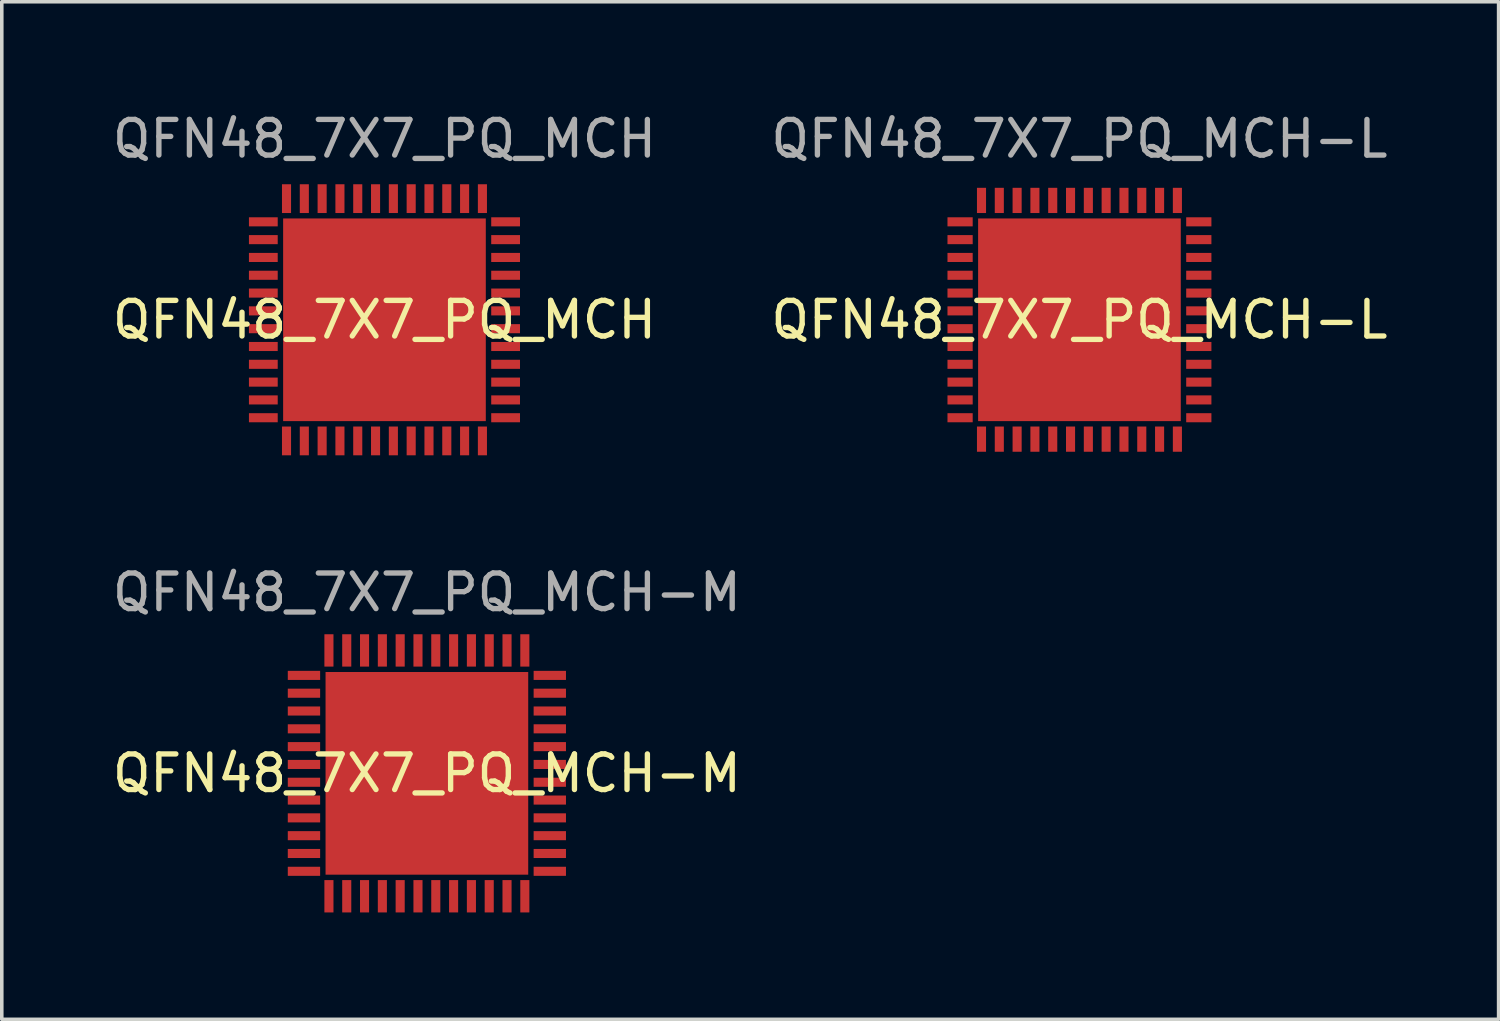
<source format=kicad_pcb>
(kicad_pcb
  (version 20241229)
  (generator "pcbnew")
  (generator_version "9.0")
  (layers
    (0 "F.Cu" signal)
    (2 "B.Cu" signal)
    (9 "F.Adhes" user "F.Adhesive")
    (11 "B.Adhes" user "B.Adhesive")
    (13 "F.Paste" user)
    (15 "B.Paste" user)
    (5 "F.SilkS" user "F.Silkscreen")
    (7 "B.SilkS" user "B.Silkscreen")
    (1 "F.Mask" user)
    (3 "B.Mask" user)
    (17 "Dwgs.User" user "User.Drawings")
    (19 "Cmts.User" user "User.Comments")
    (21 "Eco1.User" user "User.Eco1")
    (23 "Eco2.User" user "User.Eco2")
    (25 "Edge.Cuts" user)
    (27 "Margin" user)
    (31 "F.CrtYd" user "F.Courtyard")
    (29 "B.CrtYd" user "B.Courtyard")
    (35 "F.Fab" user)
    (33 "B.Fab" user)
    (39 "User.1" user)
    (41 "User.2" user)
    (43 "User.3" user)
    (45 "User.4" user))
  (footprint "QFN48_7X7_PQ_MCH-L"
    (layer "F.Cu")
    (at 27.256 5.928)
    (property "Reference" "QFN48_7X7_PQ_MCH-L" (at 0 0 0) (unlocked yes) (layer "F.SilkS") (effects (font (size 1 1) (thickness 0.15))))
    (attr smd)
    (fp_text user "${REFERENCE}" (at 0 -5.08 0) (unlocked yes) (layer "F.Fab") (effects (font (size 1 1) (thickness 0.15))))
    (pad "1" smd rect (at -3.351 -2.75 90) (size 0.255 0.708) (layers "F.Cu" "F.Mask" "F.Paste"))
    (pad "2" smd rect (at -3.351 -2.25 90) (size 0.255 0.708) (layers "F.Cu" "F.Mask" "F.Paste"))
    (pad "3" smd rect (at -3.351 -1.75 90) (size 0.255 0.708) (layers "F.Cu" "F.Mask" "F.Paste"))
    (pad "4" smd rect (at -3.351 -1.25 90) (size 0.255 0.708) (layers "F.Cu" "F.Mask" "F.Paste"))
    (pad "5" smd rect (at -3.351 -0.75 90) (size 0.255 0.708) (layers "F.Cu" "F.Mask" "F.Paste"))
    (pad "6" smd rect (at -3.351 -0.25 90) (size 0.255 0.708) (layers "F.Cu" "F.Mask" "F.Paste"))
    (pad "7" smd rect (at -3.351 0.25 90) (size 0.255 0.708) (layers "F.Cu" "F.Mask" "F.Paste"))
    (pad "8" smd rect (at -3.351 0.75 90) (size 0.255 0.708) (layers "F.Cu" "F.Mask" "F.Paste"))
    (pad "9" smd rect (at -3.351 1.25 90) (size 0.255 0.708) (layers "F.Cu" "F.Mask" "F.Paste"))
    (pad "10" smd rect (at -3.351 1.75 90) (size 0.255 0.708) (layers "F.Cu" "F.Mask" "F.Paste"))
    (pad "11" smd rect (at -3.351 2.25 90) (size 0.255 0.708) (layers "F.Cu" "F.Mask" "F.Paste"))
    (pad "12" smd rect (at -3.351 2.75 90) (size 0.255 0.708) (layers "F.Cu" "F.Mask" "F.Paste"))
    (pad "13" smd rect (at -2.75 3.351) (size 0.255 0.708) (layers "F.Cu" "F.Mask" "F.Paste"))
    (pad "14" smd rect (at -2.25 3.351) (size 0.255 0.708) (layers "F.Cu" "F.Mask" "F.Paste"))
    (pad "15" smd rect (at -1.75 3.351) (size 0.255 0.708) (layers "F.Cu" "F.Mask" "F.Paste"))
    (pad "16" smd rect (at -1.25 3.351) (size 0.255 0.708) (layers "F.Cu" "F.Mask" "F.Paste"))
    (pad "17" smd rect (at -0.75 3.351) (size 0.255 0.708) (layers "F.Cu" "F.Mask" "F.Paste"))
    (pad "18" smd rect (at -0.25 3.351) (size 0.255 0.708) (layers "F.Cu" "F.Mask" "F.Paste"))
    (pad "19" smd rect (at 0.25 3.351) (size 0.255 0.708) (layers "F.Cu" "F.Mask" "F.Paste"))
    (pad "20" smd rect (at 0.75 3.351) (size 0.255 0.708) (layers "F.Cu" "F.Mask" "F.Paste"))
    (pad "21" smd rect (at 1.25 3.351) (size 0.255 0.708) (layers "F.Cu" "F.Mask" "F.Paste"))
    (pad "22" smd rect (at 1.75 3.351) (size 0.255 0.708) (layers "F.Cu" "F.Mask" "F.Paste"))
    (pad "23" smd rect (at 2.25 3.351) (size 0.255 0.708) (layers "F.Cu" "F.Mask" "F.Paste"))
    (pad "24" smd rect (at 2.75 3.351) (size 0.255 0.708) (layers "F.Cu" "F.Mask" "F.Paste"))
    (pad "25" smd rect (at 3.351 2.75 90) (size 0.255 0.708) (layers "F.Cu" "F.Mask" "F.Paste"))
    (pad "26" smd rect (at 3.351 2.25 90) (size 0.255 0.708) (layers "F.Cu" "F.Mask" "F.Paste"))
    (pad "27" smd rect (at 3.351 1.75 90) (size 0.255 0.708) (layers "F.Cu" "F.Mask" "F.Paste"))
    (pad "28" smd rect (at 3.351 1.25 90) (size 0.255 0.708) (layers "F.Cu" "F.Mask" "F.Paste"))
    (pad "29" smd rect (at 3.351 0.75 90) (size 0.255 0.708) (layers "F.Cu" "F.Mask" "F.Paste"))
    (pad "30" smd rect (at 3.351 0.25 90) (size 0.255 0.708) (layers "F.Cu" "F.Mask" "F.Paste"))
    (pad "31" smd rect (at 3.351 -0.25 90) (size 0.255 0.708) (layers "F.Cu" "F.Mask" "F.Paste"))
    (pad "32" smd rect (at 3.351 -0.75 90) (size 0.255 0.708) (layers "F.Cu" "F.Mask" "F.Paste"))
    (pad "33" smd rect (at 3.351 -1.25 90) (size 0.255 0.708) (layers "F.Cu" "F.Mask" "F.Paste"))
    (pad "34" smd rect (at 3.351 -1.75 90) (size 0.255 0.708) (layers "F.Cu" "F.Mask" "F.Paste"))
    (pad "35" smd rect (at 3.351 -2.25 90) (size 0.255 0.708) (layers "F.Cu" "F.Mask" "F.Paste"))
    (pad "36" smd rect (at 3.351 -2.75 90) (size 0.255 0.708) (layers "F.Cu" "F.Mask" "F.Paste"))
    (pad "37" smd rect (at 2.75 -3.351) (size 0.255 0.708) (layers "F.Cu" "F.Mask" "F.Paste"))
    (pad "38" smd rect (at 2.25 -3.351) (size 0.255 0.708) (layers "F.Cu" "F.Mask" "F.Paste"))
    (pad "39" smd rect (at 1.75 -3.351) (size 0.255 0.708) (layers "F.Cu" "F.Mask" "F.Paste"))
    (pad "40" smd rect (at 1.25 -3.351) (size 0.255 0.708) (layers "F.Cu" "F.Mask" "F.Paste"))
    (pad "41" smd rect (at 0.75 -3.351) (size 0.255 0.708) (layers "F.Cu" "F.Mask" "F.Paste"))
    (pad "42" smd rect (at 0.25 -3.351) (size 0.255 0.708) (layers "F.Cu" "F.Mask" "F.Paste"))
    (pad "43" smd rect (at -0.25 -3.351) (size 0.255 0.708) (layers "F.Cu" "F.Mask" "F.Paste"))
    (pad "44" smd rect (at -0.75 -3.351) (size 0.255 0.708) (layers "F.Cu" "F.Mask" "F.Paste"))
    (pad "45" smd rect (at -1.25 -3.351) (size 0.255 0.708) (layers "F.Cu" "F.Mask" "F.Paste"))
    (pad "46" smd rect (at -1.75 -3.351) (size 0.255 0.708) (layers "F.Cu" "F.Mask" "F.Paste"))
    (pad "47" smd rect (at -2.25 -3.351) (size 0.255 0.708) (layers "F.Cu" "F.Mask" "F.Paste"))
    (pad "48" smd rect (at -2.75 -3.351) (size 0.255 0.708) (layers "F.Cu" "F.Mask" "F.Paste"))
    (pad "49" smd rect (at 0 0) (size 5.69 5.69) (layers "F.Cu" "F.Mask" "F.Paste")))
  (footprint "QFN48_7X7_PQ_MCH"
    (layer "F.Cu")
    (at 7.744 5.928)
    (property "Reference" "QFN48_7X7_PQ_MCH" (at 0 0 0) (unlocked yes) (layer "F.SilkS") (effects (font (size 1 1) (thickness 0.15))))
    (attr smd)
    (fp_text user "${REFERENCE}" (at 0 -5.08 0) (unlocked yes) (layer "F.Fab") (effects (font (size 1 1) (thickness 0.15))))
    (pad "1" smd rect (at -3.401 -2.75 90) (size 0.255 0.808) (layers "F.Cu" "F.Mask" "F.Paste"))
    (pad "2" smd rect (at -3.401 -2.25 90) (size 0.255 0.808) (layers "F.Cu" "F.Mask" "F.Paste"))
    (pad "3" smd rect (at -3.401 -1.75 90) (size 0.255 0.808) (layers "F.Cu" "F.Mask" "F.Paste"))
    (pad "4" smd rect (at -3.401 -1.25 90) (size 0.255 0.808) (layers "F.Cu" "F.Mask" "F.Paste"))
    (pad "5" smd rect (at -3.401 -0.75 90) (size 0.255 0.808) (layers "F.Cu" "F.Mask" "F.Paste"))
    (pad "6" smd rect (at -3.401 -0.25 90) (size 0.255 0.808) (layers "F.Cu" "F.Mask" "F.Paste"))
    (pad "7" smd rect (at -3.401 0.25 90) (size 0.255 0.808) (layers "F.Cu" "F.Mask" "F.Paste"))
    (pad "8" smd rect (at -3.401 0.75 90) (size 0.255 0.808) (layers "F.Cu" "F.Mask" "F.Paste"))
    (pad "9" smd rect (at -3.401 1.25 90) (size 0.255 0.808) (layers "F.Cu" "F.Mask" "F.Paste"))
    (pad "10" smd rect (at -3.401 1.75 90) (size 0.255 0.808) (layers "F.Cu" "F.Mask" "F.Paste"))
    (pad "11" smd rect (at -3.401 2.25 90) (size 0.255 0.808) (layers "F.Cu" "F.Mask" "F.Paste"))
    (pad "12" smd rect (at -3.401 2.75 90) (size 0.255 0.808) (layers "F.Cu" "F.Mask" "F.Paste"))
    (pad "13" smd rect (at -2.75 3.401) (size 0.255 0.808) (layers "F.Cu" "F.Mask" "F.Paste"))
    (pad "14" smd rect (at -2.25 3.401) (size 0.255 0.808) (layers "F.Cu" "F.Mask" "F.Paste"))
    (pad "15" smd rect (at -1.75 3.401) (size 0.255 0.808) (layers "F.Cu" "F.Mask" "F.Paste"))
    (pad "16" smd rect (at -1.25 3.401) (size 0.255 0.808) (layers "F.Cu" "F.Mask" "F.Paste"))
    (pad "17" smd rect (at -0.75 3.401) (size 0.255 0.808) (layers "F.Cu" "F.Mask" "F.Paste"))
    (pad "18" smd rect (at -0.25 3.401) (size 0.255 0.808) (layers "F.Cu" "F.Mask" "F.Paste"))
    (pad "19" smd rect (at 0.25 3.401) (size 0.255 0.808) (layers "F.Cu" "F.Mask" "F.Paste"))
    (pad "20" smd rect (at 0.75 3.401) (size 0.255 0.808) (layers "F.Cu" "F.Mask" "F.Paste"))
    (pad "21" smd rect (at 1.25 3.401) (size 0.255 0.808) (layers "F.Cu" "F.Mask" "F.Paste"))
    (pad "22" smd rect (at 1.75 3.401) (size 0.255 0.808) (layers "F.Cu" "F.Mask" "F.Paste"))
    (pad "23" smd rect (at 2.25 3.401) (size 0.255 0.808) (layers "F.Cu" "F.Mask" "F.Paste"))
    (pad "24" smd rect (at 2.75 3.401) (size 0.255 0.808) (layers "F.Cu" "F.Mask" "F.Paste"))
    (pad "25" smd rect (at 3.401 2.75 90) (size 0.255 0.808) (layers "F.Cu" "F.Mask" "F.Paste"))
    (pad "26" smd rect (at 3.401 2.25 90) (size 0.255 0.808) (layers "F.Cu" "F.Mask" "F.Paste"))
    (pad "27" smd rect (at 3.401 1.75 90) (size 0.255 0.808) (layers "F.Cu" "F.Mask" "F.Paste"))
    (pad "28" smd rect (at 3.401 1.25 90) (size 0.255 0.808) (layers "F.Cu" "F.Mask" "F.Paste"))
    (pad "29" smd rect (at 3.401 0.75 90) (size 0.255 0.808) (layers "F.Cu" "F.Mask" "F.Paste"))
    (pad "30" smd rect (at 3.401 0.25 90) (size 0.255 0.808) (layers "F.Cu" "F.Mask" "F.Paste"))
    (pad "31" smd rect (at 3.401 -0.25 90) (size 0.255 0.808) (layers "F.Cu" "F.Mask" "F.Paste"))
    (pad "32" smd rect (at 3.401 -0.75 90) (size 0.255 0.808) (layers "F.Cu" "F.Mask" "F.Paste"))
    (pad "33" smd rect (at 3.401 -1.25 90) (size 0.255 0.808) (layers "F.Cu" "F.Mask" "F.Paste"))
    (pad "34" smd rect (at 3.401 -1.75 90) (size 0.255 0.808) (layers "F.Cu" "F.Mask" "F.Paste"))
    (pad "35" smd rect (at 3.401 -2.25 90) (size 0.255 0.808) (layers "F.Cu" "F.Mask" "F.Paste"))
    (pad "36" smd rect (at 3.401 -2.75 90) (size 0.255 0.808) (layers "F.Cu" "F.Mask" "F.Paste"))
    (pad "37" smd rect (at 2.75 -3.401) (size 0.255 0.808) (layers "F.Cu" "F.Mask" "F.Paste"))
    (pad "38" smd rect (at 2.25 -3.401) (size 0.255 0.808) (layers "F.Cu" "F.Mask" "F.Paste"))
    (pad "39" smd rect (at 1.75 -3.401) (size 0.255 0.808) (layers "F.Cu" "F.Mask" "F.Paste"))
    (pad "40" smd rect (at 1.25 -3.401) (size 0.255 0.808) (layers "F.Cu" "F.Mask" "F.Paste"))
    (pad "41" smd rect (at 0.75 -3.401) (size 0.255 0.808) (layers "F.Cu" "F.Mask" "F.Paste"))
    (pad "42" smd rect (at 0.25 -3.401) (size 0.255 0.808) (layers "F.Cu" "F.Mask" "F.Paste"))
    (pad "43" smd rect (at -0.25 -3.401) (size 0.255 0.808) (layers "F.Cu" "F.Mask" "F.Paste"))
    (pad "44" smd rect (at -0.75 -3.401) (size 0.255 0.808) (layers "F.Cu" "F.Mask" "F.Paste"))
    (pad "45" smd rect (at -1.25 -3.401) (size 0.255 0.808) (layers "F.Cu" "F.Mask" "F.Paste"))
    (pad "46" smd rect (at -1.75 -3.401) (size 0.255 0.808) (layers "F.Cu" "F.Mask" "F.Paste"))
    (pad "47" smd rect (at -2.25 -3.401) (size 0.255 0.808) (layers "F.Cu" "F.Mask" "F.Paste"))
    (pad "48" smd rect (at -2.75 -3.401) (size 0.255 0.808) (layers "F.Cu" "F.Mask" "F.Paste"))
    (pad "49" smd rect (at 0 0) (size 5.69 5.69) (layers "F.Cu" "F.Mask" "F.Paste")))
  (footprint "QFN48_7X7_PQ_MCH-M"
    (layer "F.Cu")
    (at 8.935 18.662)
    (property "Reference" "QFN48_7X7_PQ_MCH-M" (at 0 0 0) (unlocked yes) (layer "F.SilkS") (effects (font (size 1 1) (thickness 0.15))))
    (attr smd)
    (fp_text user "${REFERENCE}" (at 0 -5.08 0) (unlocked yes) (layer "F.Fab") (effects (font (size 1 1) (thickness 0.15))))
    (pad "1" smd rect (at -3.451 -2.75 90) (size 0.255 0.908) (layers "F.Cu" "F.Mask" "F.Paste"))
    (pad "2" smd rect (at -3.451 -2.25 90) (size 0.255 0.908) (layers "F.Cu" "F.Mask" "F.Paste"))
    (pad "3" smd rect (at -3.451 -1.75 90) (size 0.255 0.908) (layers "F.Cu" "F.Mask" "F.Paste"))
    (pad "4" smd rect (at -3.451 -1.25 90) (size 0.255 0.908) (layers "F.Cu" "F.Mask" "F.Paste"))
    (pad "5" smd rect (at -3.451 -0.75 90) (size 0.255 0.908) (layers "F.Cu" "F.Mask" "F.Paste"))
    (pad "6" smd rect (at -3.451 -0.25 90) (size 0.255 0.908) (layers "F.Cu" "F.Mask" "F.Paste"))
    (pad "7" smd rect (at -3.451 0.25 90) (size 0.255 0.908) (layers "F.Cu" "F.Mask" "F.Paste"))
    (pad "8" smd rect (at -3.451 0.75 90) (size 0.255 0.908) (layers "F.Cu" "F.Mask" "F.Paste"))
    (pad "9" smd rect (at -3.451 1.25 90) (size 0.255 0.908) (layers "F.Cu" "F.Mask" "F.Paste"))
    (pad "10" smd rect (at -3.451 1.75 90) (size 0.255 0.908) (layers "F.Cu" "F.Mask" "F.Paste"))
    (pad "11" smd rect (at -3.451 2.25 90) (size 0.255 0.908) (layers "F.Cu" "F.Mask" "F.Paste"))
    (pad "12" smd rect (at -3.451 2.75 90) (size 0.255 0.908) (layers "F.Cu" "F.Mask" "F.Paste"))
    (pad "13" smd rect (at -2.75 3.451) (size 0.255 0.908) (layers "F.Cu" "F.Mask" "F.Paste"))
    (pad "14" smd rect (at -2.25 3.451) (size 0.255 0.908) (layers "F.Cu" "F.Mask" "F.Paste"))
    (pad "15" smd rect (at -1.75 3.451) (size 0.255 0.908) (layers "F.Cu" "F.Mask" "F.Paste"))
    (pad "16" smd rect (at -1.25 3.451) (size 0.255 0.908) (layers "F.Cu" "F.Mask" "F.Paste"))
    (pad "17" smd rect (at -0.75 3.451) (size 0.255 0.908) (layers "F.Cu" "F.Mask" "F.Paste"))
    (pad "18" smd rect (at -0.25 3.451) (size 0.255 0.908) (layers "F.Cu" "F.Mask" "F.Paste"))
    (pad "19" smd rect (at 0.25 3.451) (size 0.255 0.908) (layers "F.Cu" "F.Mask" "F.Paste"))
    (pad "20" smd rect (at 0.75 3.451) (size 0.255 0.908) (layers "F.Cu" "F.Mask" "F.Paste"))
    (pad "21" smd rect (at 1.25 3.451) (size 0.255 0.908) (layers "F.Cu" "F.Mask" "F.Paste"))
    (pad "22" smd rect (at 1.75 3.451) (size 0.255 0.908) (layers "F.Cu" "F.Mask" "F.Paste"))
    (pad "23" smd rect (at 2.25 3.451) (size 0.255 0.908) (layers "F.Cu" "F.Mask" "F.Paste"))
    (pad "24" smd rect (at 2.75 3.451) (size 0.255 0.908) (layers "F.Cu" "F.Mask" "F.Paste"))
    (pad "25" smd rect (at 3.451 2.75 90) (size 0.255 0.908) (layers "F.Cu" "F.Mask" "F.Paste"))
    (pad "26" smd rect (at 3.451 2.25 90) (size 0.255 0.908) (layers "F.Cu" "F.Mask" "F.Paste"))
    (pad "27" smd rect (at 3.451 1.75 90) (size 0.255 0.908) (layers "F.Cu" "F.Mask" "F.Paste"))
    (pad "28" smd rect (at 3.451 1.25 90) (size 0.255 0.908) (layers "F.Cu" "F.Mask" "F.Paste"))
    (pad "29" smd rect (at 3.451 0.75 90) (size 0.255 0.908) (layers "F.Cu" "F.Mask" "F.Paste"))
    (pad "30" smd rect (at 3.451 0.25 90) (size 0.255 0.908) (layers "F.Cu" "F.Mask" "F.Paste"))
    (pad "31" smd rect (at 3.451 -0.25 90) (size 0.255 0.908) (layers "F.Cu" "F.Mask" "F.Paste"))
    (pad "32" smd rect (at 3.451 -0.75 90) (size 0.255 0.908) (layers "F.Cu" "F.Mask" "F.Paste"))
    (pad "33" smd rect (at 3.451 -1.25 90) (size 0.255 0.908) (layers "F.Cu" "F.Mask" "F.Paste"))
    (pad "34" smd rect (at 3.451 -1.75 90) (size 0.255 0.908) (layers "F.Cu" "F.Mask" "F.Paste"))
    (pad "35" smd rect (at 3.451 -2.25 90) (size 0.255 0.908) (layers "F.Cu" "F.Mask" "F.Paste"))
    (pad "36" smd rect (at 3.451 -2.75 90) (size 0.255 0.908) (layers "F.Cu" "F.Mask" "F.Paste"))
    (pad "37" smd rect (at 2.75 -3.451) (size 0.255 0.908) (layers "F.Cu" "F.Mask" "F.Paste"))
    (pad "38" smd rect (at 2.25 -3.451) (size 0.255 0.908) (layers "F.Cu" "F.Mask" "F.Paste"))
    (pad "39" smd rect (at 1.75 -3.451) (size 0.255 0.908) (layers "F.Cu" "F.Mask" "F.Paste"))
    (pad "40" smd rect (at 1.25 -3.451) (size 0.255 0.908) (layers "F.Cu" "F.Mask" "F.Paste"))
    (pad "41" smd rect (at 0.75 -3.451) (size 0.255 0.908) (layers "F.Cu" "F.Mask" "F.Paste"))
    (pad "42" smd rect (at 0.25 -3.451) (size 0.255 0.908) (layers "F.Cu" "F.Mask" "F.Paste"))
    (pad "43" smd rect (at -0.25 -3.451) (size 0.255 0.908) (layers "F.Cu" "F.Mask" "F.Paste"))
    (pad "44" smd rect (at -0.75 -3.451) (size 0.255 0.908) (layers "F.Cu" "F.Mask" "F.Paste"))
    (pad "45" smd rect (at -1.25 -3.451) (size 0.255 0.908) (layers "F.Cu" "F.Mask" "F.Paste"))
    (pad "46" smd rect (at -1.75 -3.451) (size 0.255 0.908) (layers "F.Cu" "F.Mask" "F.Paste"))
    (pad "47" smd rect (at -2.25 -3.451) (size 0.255 0.908) (layers "F.Cu" "F.Mask" "F.Paste"))
    (pad "48" smd rect (at -2.75 -3.451) (size 0.255 0.908) (layers "F.Cu" "F.Mask" "F.Paste"))
    (pad "49" smd rect (at 0 0) (size 5.69 5.69) (layers "F.Cu" "F.Mask" "F.Paste")))
  (gr_rect
    (start -3 -3)
    (end 39.024 25.567)
    (stroke (width 0.1) (type default))
    (fill no)
    (layer "Edge.Cuts")))
</source>
